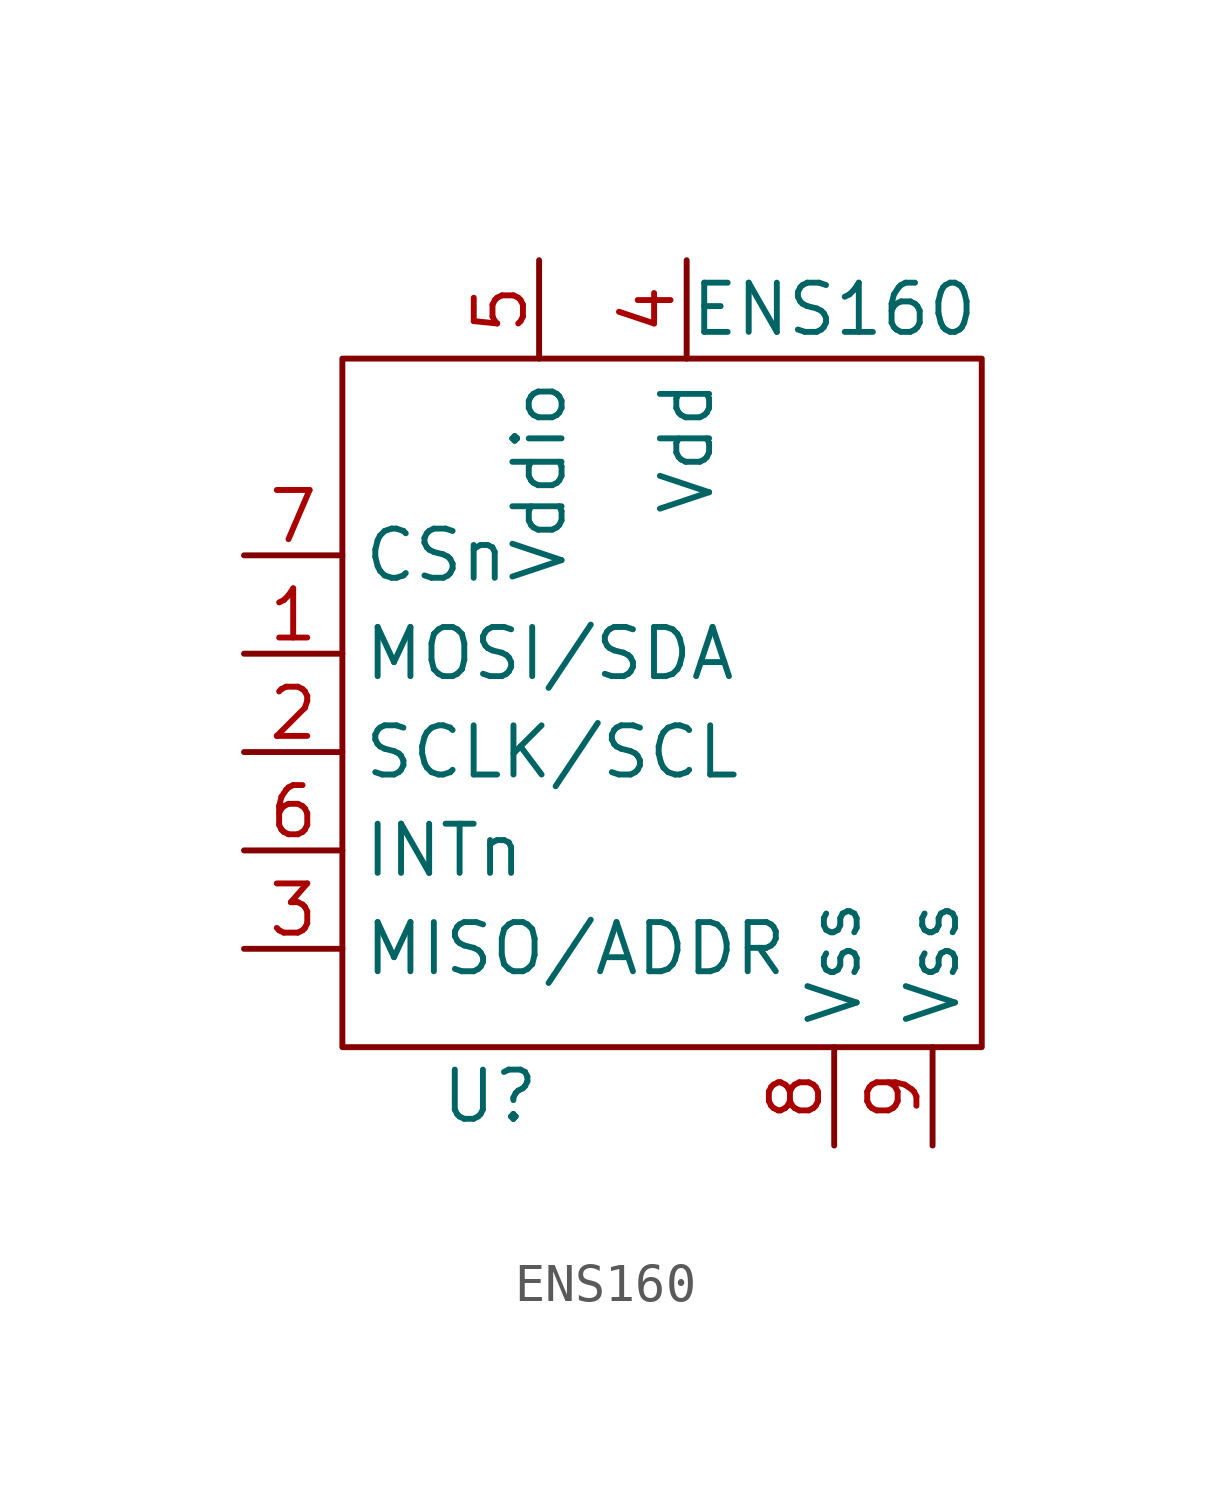
<source format=kicad_sym>
(kicad_symbol_lib
  (version 20211014)
  (generator kicad_symbol_editor)
  (symbol "ENS160"
    (property "Reference" "U"
      (at 2.54 -2.54 0)
      (effects (font (size 1.27 1.27))))
    (property "Value" "ENS160"
      (at 11.43 17.78 0)
      (effects (font (size 1.27 1.27))))
    (symbol "ENS160_0_1"
      (rectangle (start -1.27 16.51) (end 15.24 -1.27) (stroke (width 0) (type default) (color 0 0 0 0)) (fill (type none))))
    (symbol "ENS160_1_1"
      (pin bidirectional line (at -3.81 8.89 0) (length 2.54) (name "MOSI/SDA" (effects (font (size 1.27 1.27)))) (number "1" (effects (font (size 1.27 1.27)))))
      (pin input line (at -3.81 6.35 0) (length 2.54) (name "SCLK/SCL" (effects (font (size 1.27 1.27)))) (number "2" (effects (font (size 1.27 1.27)))))
      (pin bidirectional line (at -3.81 1.27 0) (length 2.54) (name "MISO/ADDR" (effects (font (size 1.27 1.27)))) (number "3" (effects (font (size 1.27 1.27)))))
      (pin power_in line (at 7.62 19.05 270) (length 2.54) (name "Vdd" (effects (font (size 1.27 1.27)))) (number "4" (effects (font (size 1.27 1.27)))))
      (pin power_in line (at 3.81 19.05 270) (length 2.54) (name "Vddio" (effects (font (size 1.27 1.27)))) (number "5" (effects (font (size 1.27 1.27)))))
      (pin output line (at -3.81 3.81 0) (length 2.54) (name "INTn" (effects (font (size 1.27 1.27)))) (number "6" (effects (font (size 1.27 1.27)))))
      (pin input line (at -3.81 11.43 0) (length 2.54) (name "CSn" (effects (font (size 1.27 1.27)))) (number "7" (effects (font (size 1.27 1.27)))))
      (pin power_in line (at 11.43 -3.81 90) (length 2.54) (name "Vss" (effects (font (size 1.27 1.27)))) (number "8" (effects (font (size 1.27 1.27)))))
      (pin power_in line (at 13.97 -3.81 90) (length 2.54) (name "Vss" (effects (font (size 1.27 1.27)))) (number "9" (effects (font (size 1.27 1.27))))))))
</source>
